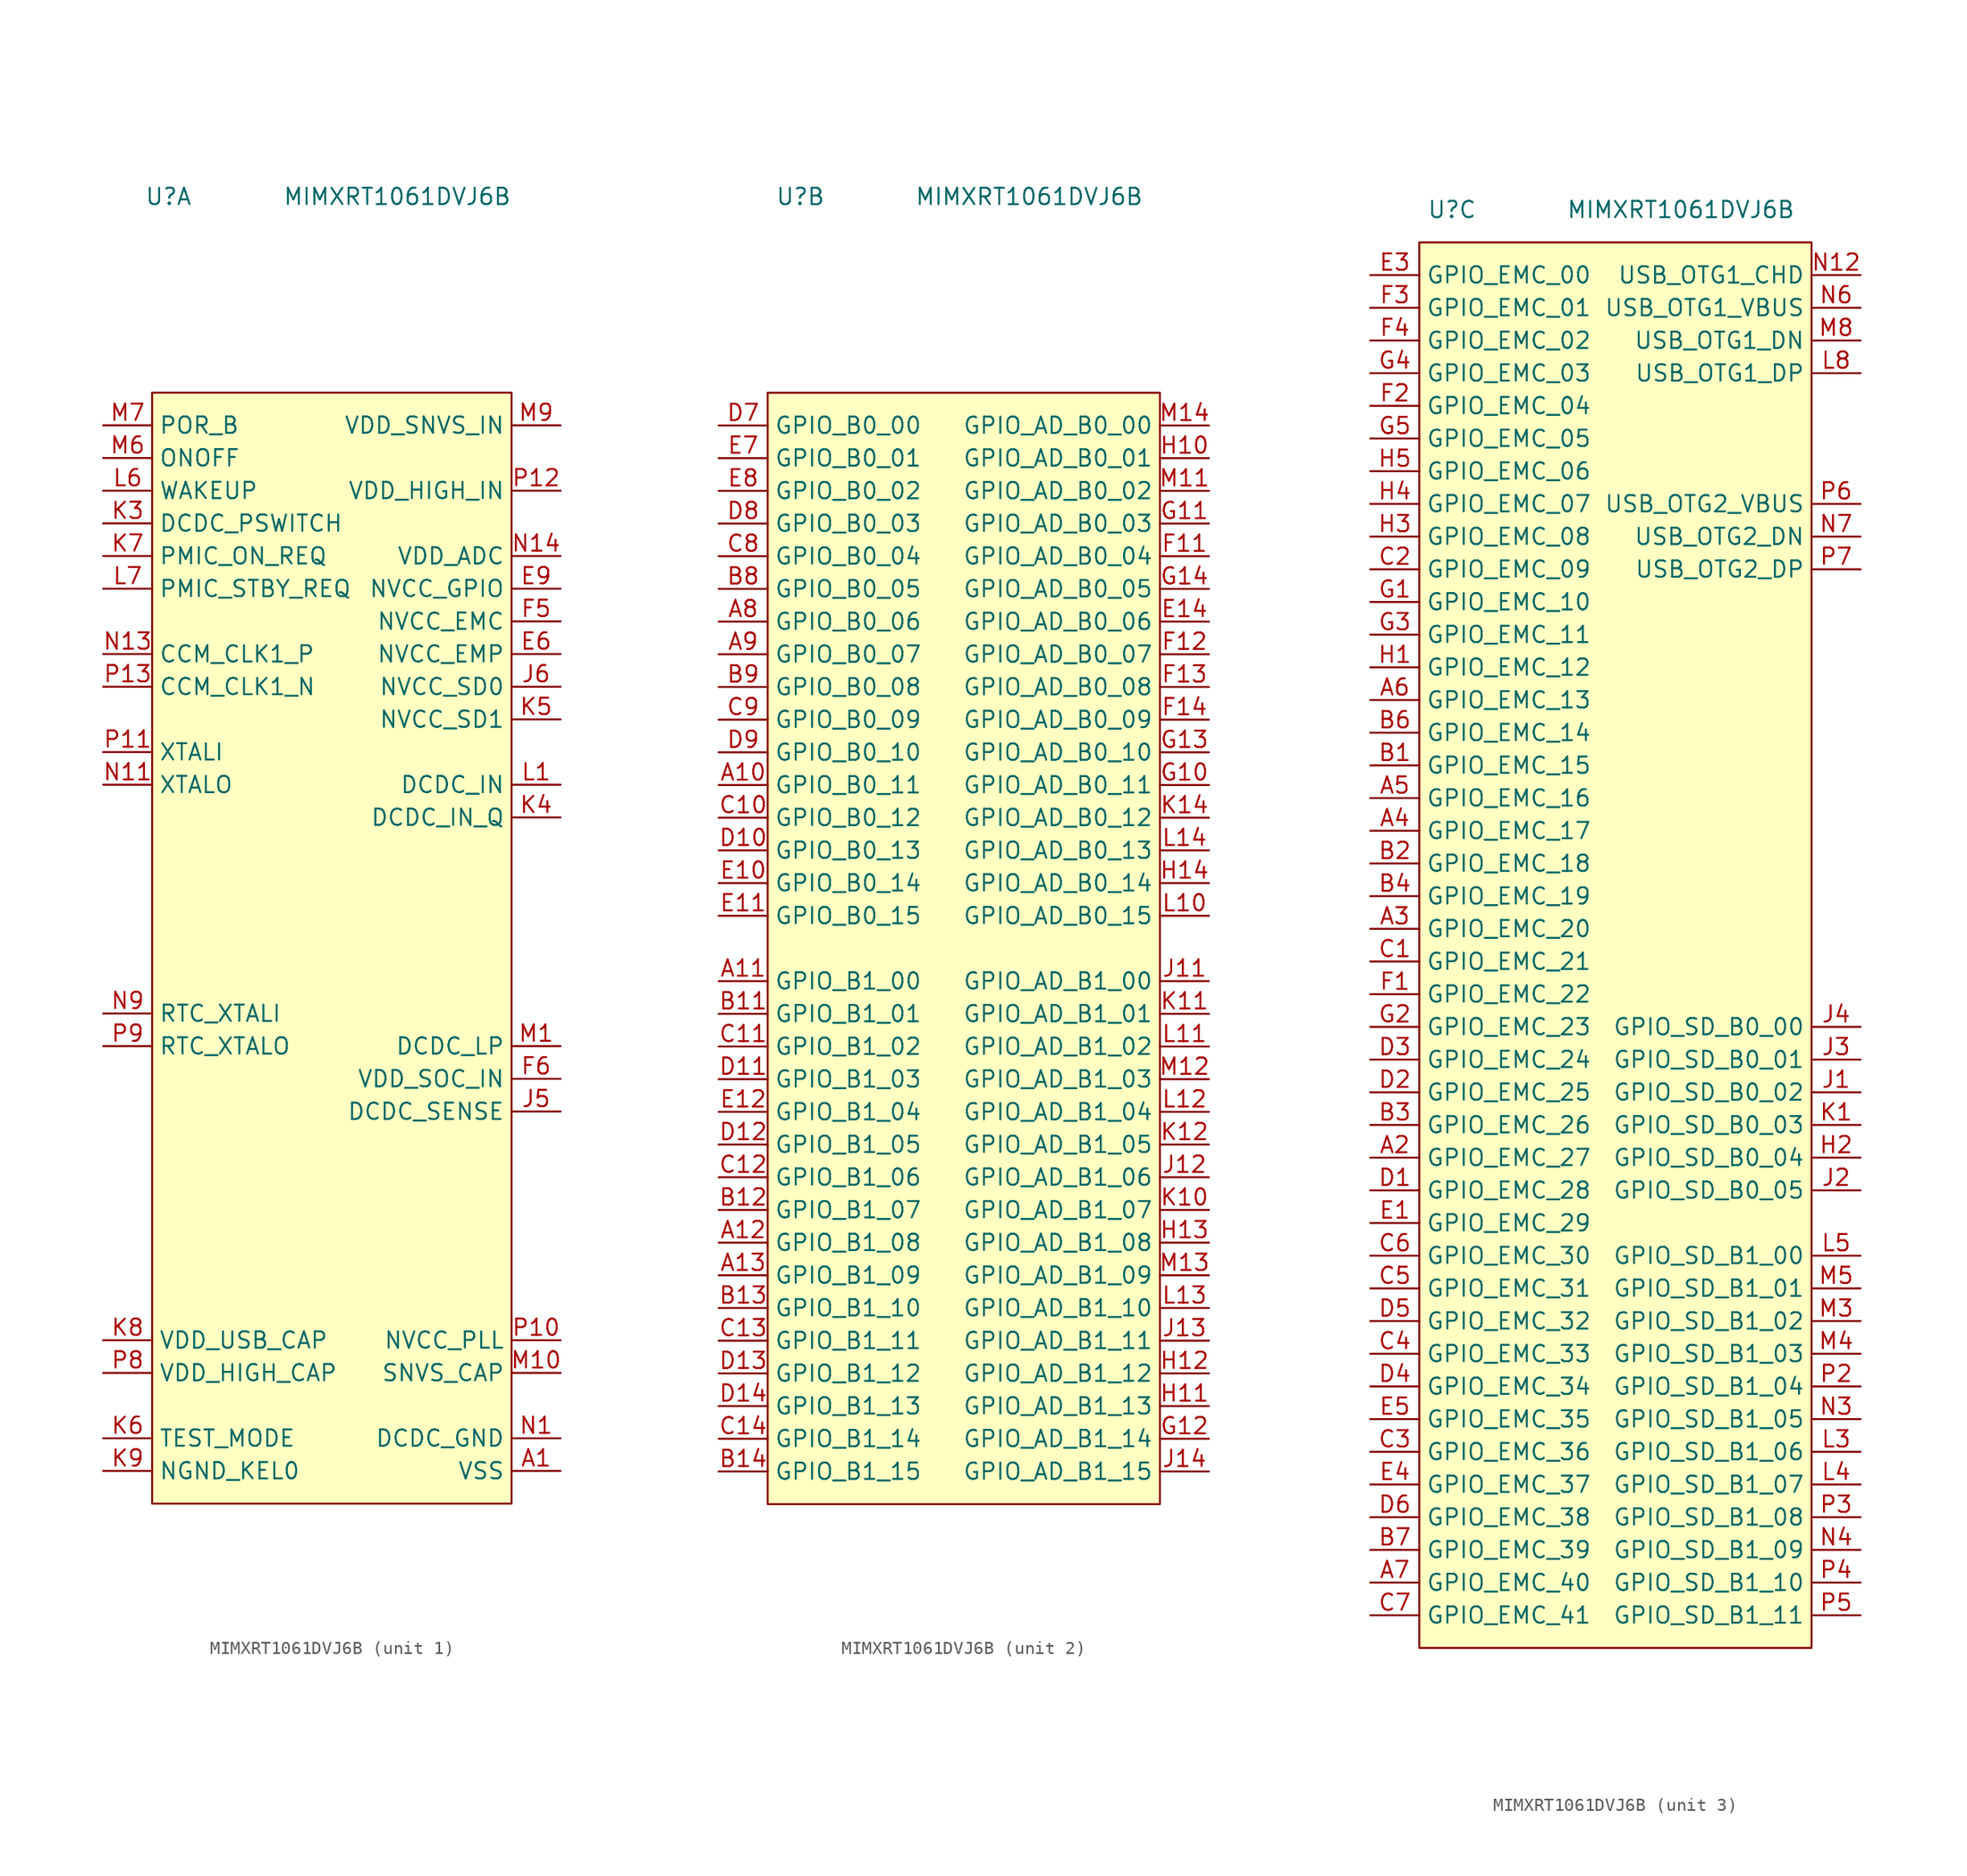
<source format=kicad_sym>
(kicad_symbol_lib
  (version 20211014)
  (generator kicad_symbol_editor)
  (symbol "MIMXRT1061DVJ6B"
    (property "Reference" "U"
      (at -12.7 58.42 0)
      (effects (font (size 1.27 1.27))))
    (property "Value" "MIMXRT1061DVJ6B"
      (at 5.08 58.42 0)
      (effects (font (size 1.27 1.27))))
    (property "ki_locked" ""
      (at 0 0 0)
      (effects (font (size 1.27 1.27))))
    (symbol "MIMXRT1061DVJ6B_1_1"
      (rectangle (start -13.97 43.18) (end 13.97 -43.18) (stroke (width 0) (type default) (color 0 0 0 0)) (fill (type background)))
      (pin passive line (at 17.78 -40.64 180) (length 3.81) (name "VSS" (effects (font (size 1.27 1.27)))) (number "A1" (effects (font (size 1.27 1.27)))))
      (pin passive line (at 17.78 -40.64 180) (length 3.81) hide (name "VSS" (effects (font (size 1.27 1.27)))) (number "A14" (effects (font (size 1.27 1.27)))))
      (pin passive line (at 17.78 -40.64 180) (length 3.81) hide (name "VSS" (effects (font (size 1.27 1.27)))) (number "B10" (effects (font (size 1.27 1.27)))))
      (pin passive line (at 17.78 -40.64 180) (length 3.81) hide (name "VSS" (effects (font (size 1.27 1.27)))) (number "B5" (effects (font (size 1.27 1.27)))))
      (pin passive line (at 17.78 -40.64 180) (length 3.81) hide (name "VSS" (effects (font (size 1.27 1.27)))) (number "E13" (effects (font (size 1.27 1.27)))))
      (pin passive line (at 17.78 -40.64 180) (length 3.81) hide (name "VSS" (effects (font (size 1.27 1.27)))) (number "E2" (effects (font (size 1.27 1.27)))))
      (pin passive line (at 17.78 22.86 180) (length 3.81) (name "NVCC_EMP" (effects (font (size 1.27 1.27)))) (number "E6" (effects (font (size 1.27 1.27)))))
      (pin passive line (at 17.78 27.94 180) (length 3.81) (name "NVCC_GPIO" (effects (font (size 1.27 1.27)))) (number "E9" (effects (font (size 1.27 1.27)))))
      (pin passive line (at 17.78 27.94 180) (length 3.81) hide (name "NVCC_GPIO" (effects (font (size 1.27 1.27)))) (number "F10" (effects (font (size 1.27 1.27)))))
      (pin passive line (at 17.78 25.4 180) (length 3.81) (name "NVCC_EMC" (effects (font (size 1.27 1.27)))) (number "F5" (effects (font (size 1.27 1.27)))))
      (pin passive line (at 17.78 -10.16 180) (length 3.81) (name "VDD_SOC_IN" (effects (font (size 1.27 1.27)))) (number "F6" (effects (font (size 1.27 1.27)))))
      (pin passive line (at 17.78 -10.16 180) (length 3.81) hide (name "VDD_SOC_IN" (effects (font (size 1.27 1.27)))) (number "F7" (effects (font (size 1.27 1.27)))))
      (pin passive line (at 17.78 -10.16 180) (length 3.81) hide (name "VDD_SOC_IN" (effects (font (size 1.27 1.27)))) (number "F8" (effects (font (size 1.27 1.27)))))
      (pin passive line (at 17.78 -10.16 180) (length 3.81) hide (name "VDD_SOC_IN" (effects (font (size 1.27 1.27)))) (number "F9" (effects (font (size 1.27 1.27)))))
      (pin passive line (at 17.78 -10.16 180) (length 3.81) hide (name "VDD_SOC_IN" (effects (font (size 1.27 1.27)))) (number "G6" (effects (font (size 1.27 1.27)))))
      (pin passive line (at 17.78 -40.64 180) (length 3.81) hide (name "VSS" (effects (font (size 1.27 1.27)))) (number "G7" (effects (font (size 1.27 1.27)))))
      (pin passive line (at 17.78 -40.64 180) (length 3.81) hide (name "VSS" (effects (font (size 1.27 1.27)))) (number "G8" (effects (font (size 1.27 1.27)))))
      (pin passive line (at 17.78 -10.16 180) (length 3.81) hide (name "VDD_SOC_IN" (effects (font (size 1.27 1.27)))) (number "G9" (effects (font (size 1.27 1.27)))))
      (pin passive line (at 17.78 -10.16 180) (length 3.81) hide (name "VDD_SOC_IN" (effects (font (size 1.27 1.27)))) (number "H6" (effects (font (size 1.27 1.27)))))
      (pin passive line (at 17.78 -40.64 180) (length 3.81) hide (name "VSS" (effects (font (size 1.27 1.27)))) (number "H7" (effects (font (size 1.27 1.27)))))
      (pin passive line (at 17.78 -40.64 180) (length 3.81) hide (name "VSS" (effects (font (size 1.27 1.27)))) (number "H8" (effects (font (size 1.27 1.27)))))
      (pin passive line (at 17.78 -10.16 180) (length 3.81) hide (name "VDD_SOC_IN" (effects (font (size 1.27 1.27)))) (number "H9" (effects (font (size 1.27 1.27)))))
      (pin passive line (at 17.78 27.94 180) (length 3.81) hide (name "NVCC_GPIO" (effects (font (size 1.27 1.27)))) (number "J10" (effects (font (size 1.27 1.27)))))
      (pin passive line (at 17.78 -12.7 180) (length 3.81) (name "DCDC_SENSE" (effects (font (size 1.27 1.27)))) (number "J5" (effects (font (size 1.27 1.27)))))
      (pin passive line (at 17.78 20.32 180) (length 3.81) (name "NVCC_SD0" (effects (font (size 1.27 1.27)))) (number "J6" (effects (font (size 1.27 1.27)))))
      (pin passive line (at 17.78 -40.64 180) (length 3.81) hide (name "VSS" (effects (font (size 1.27 1.27)))) (number "J7" (effects (font (size 1.27 1.27)))))
      (pin passive line (at 17.78 -40.64 180) (length 3.81) hide (name "VSS" (effects (font (size 1.27 1.27)))) (number "J8" (effects (font (size 1.27 1.27)))))
      (pin passive line (at 17.78 -10.16 180) (length 3.81) hide (name "VDD_SOC_IN" (effects (font (size 1.27 1.27)))) (number "J9" (effects (font (size 1.27 1.27)))))
      (pin passive line (at 17.78 -40.64 180) (length 3.81) hide (name "VSS" (effects (font (size 1.27 1.27)))) (number "K13" (effects (font (size 1.27 1.27)))))
      (pin passive line (at 17.78 -40.64 180) (length 3.81) hide (name "VSS" (effects (font (size 1.27 1.27)))) (number "K2" (effects (font (size 1.27 1.27)))))
      (pin passive line (at -17.78 33.02 0) (length 3.81) (name "DCDC_PSWITCH" (effects (font (size 1.27 1.27)))) (number "K3" (effects (font (size 1.27 1.27)))))
      (pin passive line (at 17.78 10.16 180) (length 3.81) (name "DCDC_IN_Q" (effects (font (size 1.27 1.27)))) (number "K4" (effects (font (size 1.27 1.27)))))
      (pin passive line (at 17.78 17.78 180) (length 3.81) (name "NVCC_SD1" (effects (font (size 1.27 1.27)))) (number "K5" (effects (font (size 1.27 1.27)))))
      (pin passive line (at -17.78 -38.1 0) (length 3.81) (name "TEST_MODE" (effects (font (size 1.27 1.27)))) (number "K6" (effects (font (size 1.27 1.27)))))
      (pin passive line (at -17.78 30.48 0) (length 3.81) (name "PMIC_ON_REQ" (effects (font (size 1.27 1.27)))) (number "K7" (effects (font (size 1.27 1.27)))))
      (pin passive line (at -17.78 -30.48 0) (length 3.81) (name "VDD_USB_CAP" (effects (font (size 1.27 1.27)))) (number "K8" (effects (font (size 1.27 1.27)))))
      (pin passive line (at -17.78 -40.64 0) (length 3.81) (name "NGND_KEL0" (effects (font (size 1.27 1.27)))) (number "K9" (effects (font (size 1.27 1.27)))))
      (pin passive line (at 17.78 12.7 180) (length 3.81) (name "DCDC_IN" (effects (font (size 1.27 1.27)))) (number "L1" (effects (font (size 1.27 1.27)))))
      (pin passive line (at 17.78 12.7 180) (length 3.81) hide (name "DCDC_IN" (effects (font (size 1.27 1.27)))) (number "L2" (effects (font (size 1.27 1.27)))))
      (pin passive line (at -17.78 35.56 0) (length 3.81) (name "WAKEUP" (effects (font (size 1.27 1.27)))) (number "L6" (effects (font (size 1.27 1.27)))))
      (pin passive line (at -17.78 27.94 0) (length 3.81) (name "PMIC_STBY_REQ" (effects (font (size 1.27 1.27)))) (number "L7" (effects (font (size 1.27 1.27)))))
      (pin passive line (at 17.78 -40.64 180) (length 3.81) hide (name "VSS" (effects (font (size 1.27 1.27)))) (number "L9" (effects (font (size 1.27 1.27)))))
      (pin passive line (at 17.78 -7.62 180) (length 3.81) (name "DCDC_LP" (effects (font (size 1.27 1.27)))) (number "M1" (effects (font (size 1.27 1.27)))))
      (pin passive line (at 17.78 -33.02 180) (length 3.81) (name "SNVS_CAP" (effects (font (size 1.27 1.27)))) (number "M10" (effects (font (size 1.27 1.27)))))
      (pin passive line (at 17.78 -7.62 180) (length 3.81) hide (name "DCDC_LP" (effects (font (size 1.27 1.27)))) (number "M2" (effects (font (size 1.27 1.27)))))
      (pin passive line (at -17.78 38.1 0) (length 3.81) (name "ONOFF" (effects (font (size 1.27 1.27)))) (number "M6" (effects (font (size 1.27 1.27)))))
      (pin passive line (at -17.78 40.64 0) (length 3.81) (name "POR_B" (effects (font (size 1.27 1.27)))) (number "M7" (effects (font (size 1.27 1.27)))))
      (pin passive line (at 17.78 40.64 180) (length 3.81) (name "VDD_SNVS_IN" (effects (font (size 1.27 1.27)))) (number "M9" (effects (font (size 1.27 1.27)))))
      (pin passive line (at 17.78 -38.1 180) (length 3.81) (name "DCDC_GND" (effects (font (size 1.27 1.27)))) (number "N1" (effects (font (size 1.27 1.27)))))
      (pin no_connect line (at -12.7 25.4 0) (length 3.81) hide (name "GPANAIO" (effects (font (size 1.27 1.27)))) (number "N10" (effects (font (size 1.27 1.27)))))
      (pin passive line (at -17.78 12.7 0) (length 3.81) (name "XTALO" (effects (font (size 1.27 1.27)))) (number "N11" (effects (font (size 1.27 1.27)))))
      (pin passive line (at -17.78 22.86 0) (length 3.81) (name "CCM_CLK1_P" (effects (font (size 1.27 1.27)))) (number "N13" (effects (font (size 1.27 1.27)))))
      (pin passive line (at 17.78 30.48 180) (length 3.81) (name "VDD_ADC" (effects (font (size 1.27 1.27)))) (number "N14" (effects (font (size 1.27 1.27)))))
      (pin passive line (at 17.78 -38.1 180) (length 3.81) hide (name "DCDC_GND" (effects (font (size 1.27 1.27)))) (number "N2" (effects (font (size 1.27 1.27)))))
      (pin passive line (at 17.78 -40.64 180) (length 3.81) hide (name "VSS" (effects (font (size 1.27 1.27)))) (number "N5" (effects (font (size 1.27 1.27)))))
      (pin passive line (at 17.78 -40.64 180) (length 3.81) hide (name "VSS" (effects (font (size 1.27 1.27)))) (number "N8" (effects (font (size 1.27 1.27)))))
      (pin passive line (at -17.78 -5.08 0) (length 3.81) (name "RTC_XTALI" (effects (font (size 1.27 1.27)))) (number "N9" (effects (font (size 1.27 1.27)))))
      (pin passive line (at 17.78 -40.64 180) (length 3.81) hide (name "VSS" (effects (font (size 1.27 1.27)))) (number "P1" (effects (font (size 1.27 1.27)))))
      (pin passive line (at 17.78 -30.48 180) (length 3.81) (name "NVCC_PLL" (effects (font (size 1.27 1.27)))) (number "P10" (effects (font (size 1.27 1.27)))))
      (pin passive line (at -17.78 15.24 0) (length 3.81) (name "XTALI" (effects (font (size 1.27 1.27)))) (number "P11" (effects (font (size 1.27 1.27)))))
      (pin passive line (at 17.78 35.56 180) (length 3.81) (name "VDD_HIGH_IN" (effects (font (size 1.27 1.27)))) (number "P12" (effects (font (size 1.27 1.27)))))
      (pin passive line (at -17.78 20.32 0) (length 3.81) (name "CCM_CLK1_N" (effects (font (size 1.27 1.27)))) (number "P13" (effects (font (size 1.27 1.27)))))
      (pin passive line (at 17.78 -40.64 180) (length 3.81) hide (name "VSS" (effects (font (size 1.27 1.27)))) (number "P14" (effects (font (size 1.27 1.27)))))
      (pin passive line (at -17.78 -33.02 0) (length 3.81) (name "VDD_HIGH_CAP" (effects (font (size 1.27 1.27)))) (number "P8" (effects (font (size 1.27 1.27)))))
      (pin passive line (at -17.78 -7.62 0) (length 3.81) (name "RTC_XTALO" (effects (font (size 1.27 1.27)))) (number "P9" (effects (font (size 1.27 1.27))))))
    (symbol "MIMXRT1061DVJ6B_2_1"
      (rectangle (start -15.24 -43.18) (end 15.24 43.18) (stroke (width 0) (type default) (color 0 0 0 0)) (fill (type background)))
      (pin passive line (at -19.05 12.7 0) (length 3.81) (name "GPIO_B0_11" (effects (font (size 1.27 1.27)))) (number "A10" (effects (font (size 1.27 1.27)))))
      (pin passive line (at -19.05 -2.54 0) (length 3.81) (name "GPIO_B1_00" (effects (font (size 1.27 1.27)))) (number "A11" (effects (font (size 1.27 1.27)))))
      (pin passive line (at -19.05 -22.86 0) (length 3.81) (name "GPIO_B1_08" (effects (font (size 1.27 1.27)))) (number "A12" (effects (font (size 1.27 1.27)))))
      (pin passive line (at -19.05 -25.4 0) (length 3.81) (name "GPIO_B1_09" (effects (font (size 1.27 1.27)))) (number "A13" (effects (font (size 1.27 1.27)))))
      (pin passive line (at -19.05 25.4 0) (length 3.81) (name "GPIO_B0_06" (effects (font (size 1.27 1.27)))) (number "A8" (effects (font (size 1.27 1.27)))))
      (pin passive line (at -19.05 22.86 0) (length 3.81) (name "GPIO_B0_07" (effects (font (size 1.27 1.27)))) (number "A9" (effects (font (size 1.27 1.27)))))
      (pin passive line (at -19.05 -5.08 0) (length 3.81) (name "GPIO_B1_01" (effects (font (size 1.27 1.27)))) (number "B11" (effects (font (size 1.27 1.27)))))
      (pin passive line (at -19.05 -20.32 0) (length 3.81) (name "GPIO_B1_07" (effects (font (size 1.27 1.27)))) (number "B12" (effects (font (size 1.27 1.27)))))
      (pin passive line (at -19.05 -27.94 0) (length 3.81) (name "GPIO_B1_10" (effects (font (size 1.27 1.27)))) (number "B13" (effects (font (size 1.27 1.27)))))
      (pin passive line (at -19.05 -40.64 0) (length 3.81) (name "GPIO_B1_15" (effects (font (size 1.27 1.27)))) (number "B14" (effects (font (size 1.27 1.27)))))
      (pin passive line (at -19.05 27.94 0) (length 3.81) (name "GPIO_B0_05" (effects (font (size 1.27 1.27)))) (number "B8" (effects (font (size 1.27 1.27)))))
      (pin passive line (at -19.05 20.32 0) (length 3.81) (name "GPIO_B0_08" (effects (font (size 1.27 1.27)))) (number "B9" (effects (font (size 1.27 1.27)))))
      (pin passive line (at -19.05 10.16 0) (length 3.81) (name "GPIO_B0_12" (effects (font (size 1.27 1.27)))) (number "C10" (effects (font (size 1.27 1.27)))))
      (pin passive line (at -19.05 -7.62 0) (length 3.81) (name "GPIO_B1_02" (effects (font (size 1.27 1.27)))) (number "C11" (effects (font (size 1.27 1.27)))))
      (pin passive line (at -19.05 -17.78 0) (length 3.81) (name "GPIO_B1_06" (effects (font (size 1.27 1.27)))) (number "C12" (effects (font (size 1.27 1.27)))))
      (pin passive line (at -19.05 -30.48 0) (length 3.81) (name "GPIO_B1_11" (effects (font (size 1.27 1.27)))) (number "C13" (effects (font (size 1.27 1.27)))))
      (pin passive line (at -19.05 -38.1 0) (length 3.81) (name "GPIO_B1_14" (effects (font (size 1.27 1.27)))) (number "C14" (effects (font (size 1.27 1.27)))))
      (pin passive line (at -19.05 30.48 0) (length 3.81) (name "GPIO_B0_04" (effects (font (size 1.27 1.27)))) (number "C8" (effects (font (size 1.27 1.27)))))
      (pin passive line (at -19.05 17.78 0) (length 3.81) (name "GPIO_B0_09" (effects (font (size 1.27 1.27)))) (number "C9" (effects (font (size 1.27 1.27)))))
      (pin passive line (at -19.05 7.62 0) (length 3.81) (name "GPIO_B0_13" (effects (font (size 1.27 1.27)))) (number "D10" (effects (font (size 1.27 1.27)))))
      (pin passive line (at -19.05 -10.16 0) (length 3.81) (name "GPIO_B1_03" (effects (font (size 1.27 1.27)))) (number "D11" (effects (font (size 1.27 1.27)))))
      (pin passive line (at -19.05 -15.24 0) (length 3.81) (name "GPIO_B1_05" (effects (font (size 1.27 1.27)))) (number "D12" (effects (font (size 1.27 1.27)))))
      (pin passive line (at -19.05 -33.02 0) (length 3.81) (name "GPIO_B1_12" (effects (font (size 1.27 1.27)))) (number "D13" (effects (font (size 1.27 1.27)))))
      (pin passive line (at -19.05 -35.56 0) (length 3.81) (name "GPIO_B1_13" (effects (font (size 1.27 1.27)))) (number "D14" (effects (font (size 1.27 1.27)))))
      (pin passive line (at -19.05 40.64 0) (length 3.81) (name "GPIO_B0_00" (effects (font (size 1.27 1.27)))) (number "D7" (effects (font (size 1.27 1.27)))))
      (pin passive line (at -19.05 33.02 0) (length 3.81) (name "GPIO_B0_03" (effects (font (size 1.27 1.27)))) (number "D8" (effects (font (size 1.27 1.27)))))
      (pin passive line (at -19.05 15.24 0) (length 3.81) (name "GPIO_B0_10" (effects (font (size 1.27 1.27)))) (number "D9" (effects (font (size 1.27 1.27)))))
      (pin passive line (at -19.05 5.08 0) (length 3.81) (name "GPIO_B0_14" (effects (font (size 1.27 1.27)))) (number "E10" (effects (font (size 1.27 1.27)))))
      (pin passive line (at -19.05 2.54 0) (length 3.81) (name "GPIO_B0_15" (effects (font (size 1.27 1.27)))) (number "E11" (effects (font (size 1.27 1.27)))))
      (pin passive line (at -19.05 -12.7 0) (length 3.81) (name "GPIO_B1_04" (effects (font (size 1.27 1.27)))) (number "E12" (effects (font (size 1.27 1.27)))))
      (pin passive line (at 19.05 25.4 180) (length 3.81) (name "GPIO_AD_B0_06" (effects (font (size 1.27 1.27)))) (number "E14" (effects (font (size 1.27 1.27)))))
      (pin passive line (at -19.05 38.1 0) (length 3.81) (name "GPIO_B0_01" (effects (font (size 1.27 1.27)))) (number "E7" (effects (font (size 1.27 1.27)))))
      (pin passive line (at -19.05 35.56 0) (length 3.81) (name "GPIO_B0_02" (effects (font (size 1.27 1.27)))) (number "E8" (effects (font (size 1.27 1.27)))))
      (pin passive line (at 19.05 30.48 180) (length 3.81) (name "GPIO_AD_B0_04" (effects (font (size 1.27 1.27)))) (number "F11" (effects (font (size 1.27 1.27)))))
      (pin passive line (at 19.05 22.86 180) (length 3.81) (name "GPIO_AD_B0_07" (effects (font (size 1.27 1.27)))) (number "F12" (effects (font (size 1.27 1.27)))))
      (pin passive line (at 19.05 20.32 180) (length 3.81) (name "GPIO_AD_B0_08" (effects (font (size 1.27 1.27)))) (number "F13" (effects (font (size 1.27 1.27)))))
      (pin passive line (at 19.05 17.78 180) (length 3.81) (name "GPIO_AD_B0_09" (effects (font (size 1.27 1.27)))) (number "F14" (effects (font (size 1.27 1.27)))))
      (pin passive line (at 19.05 12.7 180) (length 3.81) (name "GPIO_AD_B0_11" (effects (font (size 1.27 1.27)))) (number "G10" (effects (font (size 1.27 1.27)))))
      (pin passive line (at 19.05 33.02 180) (length 3.81) (name "GPIO_AD_B0_03" (effects (font (size 1.27 1.27)))) (number "G11" (effects (font (size 1.27 1.27)))))
      (pin passive line (at 19.05 -38.1 180) (length 3.81) (name "GPIO_AD_B1_14" (effects (font (size 1.27 1.27)))) (number "G12" (effects (font (size 1.27 1.27)))))
      (pin passive line (at 19.05 15.24 180) (length 3.81) (name "GPIO_AD_B0_10" (effects (font (size 1.27 1.27)))) (number "G13" (effects (font (size 1.27 1.27)))))
      (pin passive line (at 19.05 27.94 180) (length 3.81) (name "GPIO_AD_B0_05" (effects (font (size 1.27 1.27)))) (number "G14" (effects (font (size 1.27 1.27)))))
      (pin passive line (at 19.05 38.1 180) (length 3.81) (name "GPIO_AD_B0_01" (effects (font (size 1.27 1.27)))) (number "H10" (effects (font (size 1.27 1.27)))))
      (pin passive line (at 19.05 -35.56 180) (length 3.81) (name "GPIO_AD_B1_13" (effects (font (size 1.27 1.27)))) (number "H11" (effects (font (size 1.27 1.27)))))
      (pin passive line (at 19.05 -33.02 180) (length 3.81) (name "GPIO_AD_B1_12" (effects (font (size 1.27 1.27)))) (number "H12" (effects (font (size 1.27 1.27)))))
      (pin passive line (at 19.05 -22.86 180) (length 3.81) (name "GPIO_AD_B1_08" (effects (font (size 1.27 1.27)))) (number "H13" (effects (font (size 1.27 1.27)))))
      (pin passive line (at 19.05 5.08 180) (length 3.81) (name "GPIO_AD_B0_14" (effects (font (size 1.27 1.27)))) (number "H14" (effects (font (size 1.27 1.27)))))
      (pin passive line (at 19.05 -2.54 180) (length 3.81) (name "GPIO_AD_B1_00" (effects (font (size 1.27 1.27)))) (number "J11" (effects (font (size 1.27 1.27)))))
      (pin passive line (at 19.05 -17.78 180) (length 3.81) (name "GPIO_AD_B1_06" (effects (font (size 1.27 1.27)))) (number "J12" (effects (font (size 1.27 1.27)))))
      (pin passive line (at 19.05 -30.48 180) (length 3.81) (name "GPIO_AD_B1_11" (effects (font (size 1.27 1.27)))) (number "J13" (effects (font (size 1.27 1.27)))))
      (pin passive line (at 19.05 -40.64 180) (length 3.81) (name "GPIO_AD_B1_15" (effects (font (size 1.27 1.27)))) (number "J14" (effects (font (size 1.27 1.27)))))
      (pin passive line (at 19.05 -20.32 180) (length 3.81) (name "GPIO_AD_B1_07" (effects (font (size 1.27 1.27)))) (number "K10" (effects (font (size 1.27 1.27)))))
      (pin passive line (at 19.05 -5.08 180) (length 3.81) (name "GPIO_AD_B1_01" (effects (font (size 1.27 1.27)))) (number "K11" (effects (font (size 1.27 1.27)))))
      (pin passive line (at 19.05 -15.24 180) (length 3.81) (name "GPIO_AD_B1_05" (effects (font (size 1.27 1.27)))) (number "K12" (effects (font (size 1.27 1.27)))))
      (pin passive line (at 19.05 10.16 180) (length 3.81) (name "GPIO_AD_B0_12" (effects (font (size 1.27 1.27)))) (number "K14" (effects (font (size 1.27 1.27)))))
      (pin passive line (at 19.05 2.54 180) (length 3.81) (name "GPIO_AD_B0_15" (effects (font (size 1.27 1.27)))) (number "L10" (effects (font (size 1.27 1.27)))))
      (pin passive line (at 19.05 -7.62 180) (length 3.81) (name "GPIO_AD_B1_02" (effects (font (size 1.27 1.27)))) (number "L11" (effects (font (size 1.27 1.27)))))
      (pin passive line (at 19.05 -12.7 180) (length 3.81) (name "GPIO_AD_B1_04" (effects (font (size 1.27 1.27)))) (number "L12" (effects (font (size 1.27 1.27)))))
      (pin passive line (at 19.05 -27.94 180) (length 3.81) (name "GPIO_AD_B1_10" (effects (font (size 1.27 1.27)))) (number "L13" (effects (font (size 1.27 1.27)))))
      (pin passive line (at 19.05 7.62 180) (length 3.81) (name "GPIO_AD_B0_13" (effects (font (size 1.27 1.27)))) (number "L14" (effects (font (size 1.27 1.27)))))
      (pin passive line (at 19.05 35.56 180) (length 3.81) (name "GPIO_AD_B0_02" (effects (font (size 1.27 1.27)))) (number "M11" (effects (font (size 1.27 1.27)))))
      (pin passive line (at 19.05 -10.16 180) (length 3.81) (name "GPIO_AD_B1_03" (effects (font (size 1.27 1.27)))) (number "M12" (effects (font (size 1.27 1.27)))))
      (pin passive line (at 19.05 -25.4 180) (length 3.81) (name "GPIO_AD_B1_09" (effects (font (size 1.27 1.27)))) (number "M13" (effects (font (size 1.27 1.27)))))
      (pin passive line (at 19.05 40.64 180) (length 3.81) (name "GPIO_AD_B0_00" (effects (font (size 1.27 1.27)))) (number "M14" (effects (font (size 1.27 1.27))))))
    (symbol "MIMXRT1061DVJ6B_3_1"
      (rectangle (start -15.24 55.88) (end 15.24 -53.34) (stroke (width 0) (type default) (color 0 0 0 0)) (fill (type background)))
      (pin passive line (at -19.05 -15.24 0) (length 3.81) (name "GPIO_EMC_27" (effects (font (size 1.27 1.27)))) (number "A2" (effects (font (size 1.27 1.27)))))
      (pin passive line (at -19.05 2.54 0) (length 3.81) (name "GPIO_EMC_20" (effects (font (size 1.27 1.27)))) (number "A3" (effects (font (size 1.27 1.27)))))
      (pin passive line (at -19.05 10.16 0) (length 3.81) (name "GPIO_EMC_17" (effects (font (size 1.27 1.27)))) (number "A4" (effects (font (size 1.27 1.27)))))
      (pin passive line (at -19.05 12.7 0) (length 3.81) (name "GPIO_EMC_16" (effects (font (size 1.27 1.27)))) (number "A5" (effects (font (size 1.27 1.27)))))
      (pin passive line (at -19.05 20.32 0) (length 3.81) (name "GPIO_EMC_13" (effects (font (size 1.27 1.27)))) (number "A6" (effects (font (size 1.27 1.27)))))
      (pin passive line (at -19.05 -48.26 0) (length 3.81) (name "GPIO_EMC_40" (effects (font (size 1.27 1.27)))) (number "A7" (effects (font (size 1.27 1.27)))))
      (pin passive line (at -19.05 15.24 0) (length 3.81) (name "GPIO_EMC_15" (effects (font (size 1.27 1.27)))) (number "B1" (effects (font (size 1.27 1.27)))))
      (pin passive line (at -19.05 7.62 0) (length 3.81) (name "GPIO_EMC_18" (effects (font (size 1.27 1.27)))) (number "B2" (effects (font (size 1.27 1.27)))))
      (pin passive line (at -19.05 -12.7 0) (length 3.81) (name "GPIO_EMC_26" (effects (font (size 1.27 1.27)))) (number "B3" (effects (font (size 1.27 1.27)))))
      (pin passive line (at -19.05 5.08 0) (length 3.81) (name "GPIO_EMC_19" (effects (font (size 1.27 1.27)))) (number "B4" (effects (font (size 1.27 1.27)))))
      (pin passive line (at -19.05 17.78 0) (length 3.81) (name "GPIO_EMC_14" (effects (font (size 1.27 1.27)))) (number "B6" (effects (font (size 1.27 1.27)))))
      (pin passive line (at -19.05 -45.72 0) (length 3.81) (name "GPIO_EMC_39" (effects (font (size 1.27 1.27)))) (number "B7" (effects (font (size 1.27 1.27)))))
      (pin passive line (at -19.05 0 0) (length 3.81) (name "GPIO_EMC_21" (effects (font (size 1.27 1.27)))) (number "C1" (effects (font (size 1.27 1.27)))))
      (pin passive line (at -19.05 30.48 0) (length 3.81) (name "GPIO_EMC_09" (effects (font (size 1.27 1.27)))) (number "C2" (effects (font (size 1.27 1.27)))))
      (pin passive line (at -19.05 -38.1 0) (length 3.81) (name "GPIO_EMC_36" (effects (font (size 1.27 1.27)))) (number "C3" (effects (font (size 1.27 1.27)))))
      (pin passive line (at -19.05 -30.48 0) (length 3.81) (name "GPIO_EMC_33" (effects (font (size 1.27 1.27)))) (number "C4" (effects (font (size 1.27 1.27)))))
      (pin passive line (at -19.05 -25.4 0) (length 3.81) (name "GPIO_EMC_31" (effects (font (size 1.27 1.27)))) (number "C5" (effects (font (size 1.27 1.27)))))
      (pin passive line (at -19.05 -22.86 0) (length 3.81) (name "GPIO_EMC_30" (effects (font (size 1.27 1.27)))) (number "C6" (effects (font (size 1.27 1.27)))))
      (pin passive line (at -19.05 -50.8 0) (length 3.81) (name "GPIO_EMC_41" (effects (font (size 1.27 1.27)))) (number "C7" (effects (font (size 1.27 1.27)))))
      (pin passive line (at -19.05 -17.78 0) (length 3.81) (name "GPIO_EMC_28" (effects (font (size 1.27 1.27)))) (number "D1" (effects (font (size 1.27 1.27)))))
      (pin passive line (at -19.05 -10.16 0) (length 3.81) (name "GPIO_EMC_25" (effects (font (size 1.27 1.27)))) (number "D2" (effects (font (size 1.27 1.27)))))
      (pin passive line (at -19.05 -7.62 0) (length 3.81) (name "GPIO_EMC_24" (effects (font (size 1.27 1.27)))) (number "D3" (effects (font (size 1.27 1.27)))))
      (pin passive line (at -19.05 -33.02 0) (length 3.81) (name "GPIO_EMC_34" (effects (font (size 1.27 1.27)))) (number "D4" (effects (font (size 1.27 1.27)))))
      (pin passive line (at -19.05 -27.94 0) (length 3.81) (name "GPIO_EMC_32" (effects (font (size 1.27 1.27)))) (number "D5" (effects (font (size 1.27 1.27)))))
      (pin passive line (at -19.05 -43.18 0) (length 3.81) (name "GPIO_EMC_38" (effects (font (size 1.27 1.27)))) (number "D6" (effects (font (size 1.27 1.27)))))
      (pin passive line (at -19.05 -20.32 0) (length 3.81) (name "GPIO_EMC_29" (effects (font (size 1.27 1.27)))) (number "E1" (effects (font (size 1.27 1.27)))))
      (pin passive line (at -19.05 53.34 0) (length 3.81) (name "GPIO_EMC_00" (effects (font (size 1.27 1.27)))) (number "E3" (effects (font (size 1.27 1.27)))))
      (pin passive line (at -19.05 -40.64 0) (length 3.81) (name "GPIO_EMC_37" (effects (font (size 1.27 1.27)))) (number "E4" (effects (font (size 1.27 1.27)))))
      (pin passive line (at -19.05 -35.56 0) (length 3.81) (name "GPIO_EMC_35" (effects (font (size 1.27 1.27)))) (number "E5" (effects (font (size 1.27 1.27)))))
      (pin passive line (at -19.05 -2.54 0) (length 3.81) (name "GPIO_EMC_22" (effects (font (size 1.27 1.27)))) (number "F1" (effects (font (size 1.27 1.27)))))
      (pin passive line (at -19.05 43.18 0) (length 3.81) (name "GPIO_EMC_04" (effects (font (size 1.27 1.27)))) (number "F2" (effects (font (size 1.27 1.27)))))
      (pin passive line (at -19.05 50.8 0) (length 3.81) (name "GPIO_EMC_01" (effects (font (size 1.27 1.27)))) (number "F3" (effects (font (size 1.27 1.27)))))
      (pin passive line (at -19.05 48.26 0) (length 3.81) (name "GPIO_EMC_02" (effects (font (size 1.27 1.27)))) (number "F4" (effects (font (size 1.27 1.27)))))
      (pin passive line (at -19.05 27.94 0) (length 3.81) (name "GPIO_EMC_10" (effects (font (size 1.27 1.27)))) (number "G1" (effects (font (size 1.27 1.27)))))
      (pin passive line (at -19.05 -5.08 0) (length 3.81) (name "GPIO_EMC_23" (effects (font (size 1.27 1.27)))) (number "G2" (effects (font (size 1.27 1.27)))))
      (pin passive line (at -19.05 25.4 0) (length 3.81) (name "GPIO_EMC_11" (effects (font (size 1.27 1.27)))) (number "G3" (effects (font (size 1.27 1.27)))))
      (pin passive line (at -19.05 45.72 0) (length 3.81) (name "GPIO_EMC_03" (effects (font (size 1.27 1.27)))) (number "G4" (effects (font (size 1.27 1.27)))))
      (pin passive line (at -19.05 40.64 0) (length 3.81) (name "GPIO_EMC_05" (effects (font (size 1.27 1.27)))) (number "G5" (effects (font (size 1.27 1.27)))))
      (pin passive line (at -19.05 22.86 0) (length 3.81) (name "GPIO_EMC_12" (effects (font (size 1.27 1.27)))) (number "H1" (effects (font (size 1.27 1.27)))))
      (pin passive line (at 19.05 -15.24 180) (length 3.81) (name "GPIO_SD_B0_04" (effects (font (size 1.27 1.27)))) (number "H2" (effects (font (size 1.27 1.27)))))
      (pin passive line (at -19.05 33.02 0) (length 3.81) (name "GPIO_EMC_08" (effects (font (size 1.27 1.27)))) (number "H3" (effects (font (size 1.27 1.27)))))
      (pin passive line (at -19.05 35.56 0) (length 3.81) (name "GPIO_EMC_07" (effects (font (size 1.27 1.27)))) (number "H4" (effects (font (size 1.27 1.27)))))
      (pin passive line (at -19.05 38.1 0) (length 3.81) (name "GPIO_EMC_06" (effects (font (size 1.27 1.27)))) (number "H5" (effects (font (size 1.27 1.27)))))
      (pin passive line (at 19.05 -10.16 180) (length 3.81) (name "GPIO_SD_B0_02" (effects (font (size 1.27 1.27)))) (number "J1" (effects (font (size 1.27 1.27)))))
      (pin passive line (at 19.05 -17.78 180) (length 3.81) (name "GPIO_SD_B0_05" (effects (font (size 1.27 1.27)))) (number "J2" (effects (font (size 1.27 1.27)))))
      (pin passive line (at 19.05 -7.62 180) (length 3.81) (name "GPIO_SD_B0_01" (effects (font (size 1.27 1.27)))) (number "J3" (effects (font (size 1.27 1.27)))))
      (pin passive line (at 19.05 -5.08 180) (length 3.81) (name "GPIO_SD_B0_00" (effects (font (size 1.27 1.27)))) (number "J4" (effects (font (size 1.27 1.27)))))
      (pin passive line (at 19.05 -12.7 180) (length 3.81) (name "GPIO_SD_B0_03" (effects (font (size 1.27 1.27)))) (number "K1" (effects (font (size 1.27 1.27)))))
      (pin passive line (at 19.05 -38.1 180) (length 3.81) (name "GPIO_SD_B1_06" (effects (font (size 1.27 1.27)))) (number "L3" (effects (font (size 1.27 1.27)))))
      (pin passive line (at 19.05 -40.64 180) (length 3.81) (name "GPIO_SD_B1_07" (effects (font (size 1.27 1.27)))) (number "L4" (effects (font (size 1.27 1.27)))))
      (pin passive line (at 19.05 -22.86 180) (length 3.81) (name "GPIO_SD_B1_00" (effects (font (size 1.27 1.27)))) (number "L5" (effects (font (size 1.27 1.27)))))
      (pin passive line (at 19.05 45.72 180) (length 3.81) (name "USB_OTG1_DP" (effects (font (size 1.27 1.27)))) (number "L8" (effects (font (size 1.27 1.27)))))
      (pin passive line (at 19.05 -27.94 180) (length 3.81) (name "GPIO_SD_B1_02" (effects (font (size 1.27 1.27)))) (number "M3" (effects (font (size 1.27 1.27)))))
      (pin passive line (at 19.05 -30.48 180) (length 3.81) (name "GPIO_SD_B1_03" (effects (font (size 1.27 1.27)))) (number "M4" (effects (font (size 1.27 1.27)))))
      (pin passive line (at 19.05 -25.4 180) (length 3.81) (name "GPIO_SD_B1_01" (effects (font (size 1.27 1.27)))) (number "M5" (effects (font (size 1.27 1.27)))))
      (pin passive line (at 19.05 48.26 180) (length 3.81) (name "USB_OTG1_DN" (effects (font (size 1.27 1.27)))) (number "M8" (effects (font (size 1.27 1.27)))))
      (pin passive line (at 19.05 53.34 180) (length 3.81) (name "USB_OTG1_CHD" (effects (font (size 1.27 1.27)))) (number "N12" (effects (font (size 1.27 1.27)))))
      (pin passive line (at 19.05 -35.56 180) (length 3.81) (name "GPIO_SD_B1_05" (effects (font (size 1.27 1.27)))) (number "N3" (effects (font (size 1.27 1.27)))))
      (pin passive line (at 19.05 -45.72 180) (length 3.81) (name "GPIO_SD_B1_09" (effects (font (size 1.27 1.27)))) (number "N4" (effects (font (size 1.27 1.27)))))
      (pin passive line (at 19.05 50.8 180) (length 3.81) (name "USB_OTG1_VBUS" (effects (font (size 1.27 1.27)))) (number "N6" (effects (font (size 1.27 1.27)))))
      (pin passive line (at 19.05 33.02 180) (length 3.81) (name "USB_OTG2_DN" (effects (font (size 1.27 1.27)))) (number "N7" (effects (font (size 1.27 1.27)))))
      (pin passive line (at 19.05 -33.02 180) (length 3.81) (name "GPIO_SD_B1_04" (effects (font (size 1.27 1.27)))) (number "P2" (effects (font (size 1.27 1.27)))))
      (pin passive line (at 19.05 -43.18 180) (length 3.81) (name "GPIO_SD_B1_08" (effects (font (size 1.27 1.27)))) (number "P3" (effects (font (size 1.27 1.27)))))
      (pin passive line (at 19.05 -48.26 180) (length 3.81) (name "GPIO_SD_B1_10" (effects (font (size 1.27 1.27)))) (number "P4" (effects (font (size 1.27 1.27)))))
      (pin passive line (at 19.05 -50.8 180) (length 3.81) (name "GPIO_SD_B1_11" (effects (font (size 1.27 1.27)))) (number "P5" (effects (font (size 1.27 1.27)))))
      (pin passive line (at 19.05 35.56 180) (length 3.81) (name "USB_OTG2_VBUS" (effects (font (size 1.27 1.27)))) (number "P6" (effects (font (size 1.27 1.27)))))
      (pin passive line (at 19.05 30.48 180) (length 3.81) (name "USB_OTG2_DP" (effects (font (size 1.27 1.27)))) (number "P7" (effects (font (size 1.27 1.27))))))))
</source>
